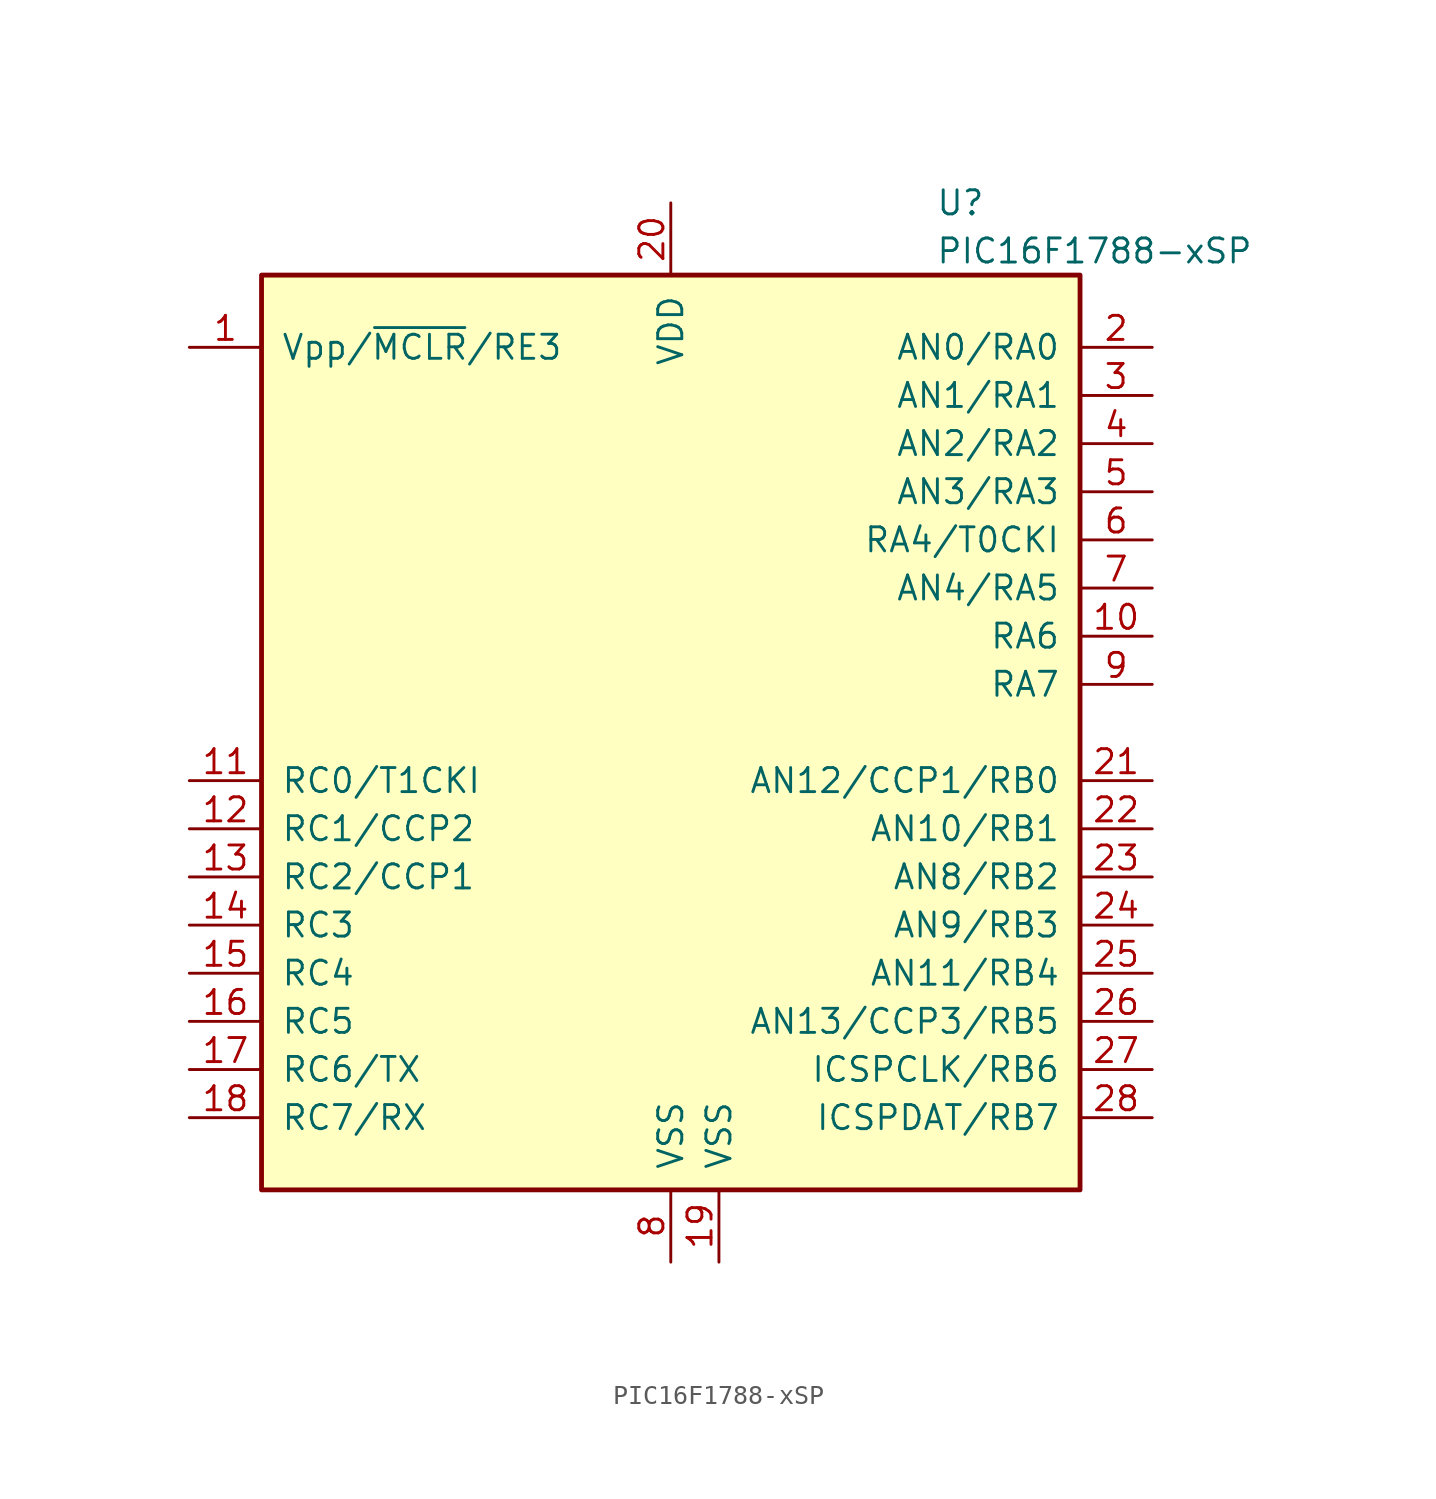
<source format=kicad_sym>
(kicad_symbol_lib
  (version 20220914)
  (generator kicad_symbol_editor)
  (symbol "PIC16F1788-xSP"
    (pin_names
      (offset 1.016))
    (property "Reference" "U"
      (at 13.97 27.94 0)
      (effects (font (size 1.27 1.27)) (justify left)))
    (property "Value" "PIC16F1788-xSP"
      (at 13.97 25.4 0)
      (effects (font (size 1.27 1.27)) (justify left)))
    (symbol "PIC16F1788-xSP_0_1"
      (rectangle (start -21.59 24.13) (end 21.59 -24.13) (stroke (width 0.254) (type default)) (fill (type background))))
    (symbol "PIC16F1788-xSP_1_1"
      (pin bidirectional line (at -25.4 20.32 0) (length 3.81) (name "Vpp/~{MCLR}/RE3" (effects (font (size 1.27 1.27)))) (number "1" (effects (font (size 1.27 1.27)))))
      (pin bidirectional line (at 25.4 5.08 180) (length 3.81) (name "RA6" (effects (font (size 1.27 1.27)))) (number "10" (effects (font (size 1.27 1.27)))))
      (pin bidirectional line (at -25.4 -2.54 0) (length 3.81) (name "RC0/T1CKI" (effects (font (size 1.27 1.27)))) (number "11" (effects (font (size 1.27 1.27)))))
      (pin bidirectional line (at -25.4 -5.08 0) (length 3.81) (name "RC1/CCP2" (effects (font (size 1.27 1.27)))) (number "12" (effects (font (size 1.27 1.27)))))
      (pin bidirectional line (at -25.4 -7.62 0) (length 3.81) (name "RC2/CCP1" (effects (font (size 1.27 1.27)))) (number "13" (effects (font (size 1.27 1.27)))))
      (pin bidirectional line (at -25.4 -10.16 0) (length 3.81) (name "RC3" (effects (font (size 1.27 1.27)))) (number "14" (effects (font (size 1.27 1.27)))))
      (pin bidirectional line (at -25.4 -12.7 0) (length 3.81) (name "RC4" (effects (font (size 1.27 1.27)))) (number "15" (effects (font (size 1.27 1.27)))))
      (pin bidirectional line (at -25.4 -15.24 0) (length 3.81) (name "RC5" (effects (font (size 1.27 1.27)))) (number "16" (effects (font (size 1.27 1.27)))))
      (pin bidirectional line (at -25.4 -17.78 0) (length 3.81) (name "RC6/TX" (effects (font (size 1.27 1.27)))) (number "17" (effects (font (size 1.27 1.27)))))
      (pin bidirectional line (at -25.4 -20.32 0) (length 3.81) (name "RC7/RX" (effects (font (size 1.27 1.27)))) (number "18" (effects (font (size 1.27 1.27)))))
      (pin power_in line (at 2.54 -27.94 90) (length 3.81) (name "VSS" (effects (font (size 1.27 1.27)))) (number "19" (effects (font (size 1.27 1.27)))))
      (pin bidirectional line (at 25.4 20.32 180) (length 3.81) (name "AN0/RA0" (effects (font (size 1.27 1.27)))) (number "2" (effects (font (size 1.27 1.27)))))
      (pin power_in line (at 0 27.94 270) (length 3.81) (name "VDD" (effects (font (size 1.27 1.27)))) (number "20" (effects (font (size 1.27 1.27)))))
      (pin bidirectional line (at 25.4 -2.54 180) (length 3.81) (name "AN12/CCP1/RB0" (effects (font (size 1.27 1.27)))) (number "21" (effects (font (size 1.27 1.27)))))
      (pin bidirectional line (at 25.4 -5.08 180) (length 3.81) (name "AN10/RB1" (effects (font (size 1.27 1.27)))) (number "22" (effects (font (size 1.27 1.27)))))
      (pin bidirectional line (at 25.4 -7.62 180) (length 3.81) (name "AN8/RB2" (effects (font (size 1.27 1.27)))) (number "23" (effects (font (size 1.27 1.27)))))
      (pin bidirectional line (at 25.4 -10.16 180) (length 3.81) (name "AN9/RB3" (effects (font (size 1.27 1.27)))) (number "24" (effects (font (size 1.27 1.27)))))
      (pin bidirectional line (at 25.4 -12.7 180) (length 3.81) (name "AN11/RB4" (effects (font (size 1.27 1.27)))) (number "25" (effects (font (size 1.27 1.27)))))
      (pin bidirectional line (at 25.4 -15.24 180) (length 3.81) (name "AN13/CCP3/RB5" (effects (font (size 1.27 1.27)))) (number "26" (effects (font (size 1.27 1.27)))))
      (pin bidirectional line (at 25.4 -17.78 180) (length 3.81) (name "ICSPCLK/RB6" (effects (font (size 1.27 1.27)))) (number "27" (effects (font (size 1.27 1.27)))))
      (pin bidirectional line (at 25.4 -20.32 180) (length 3.81) (name "ICSPDAT/RB7" (effects (font (size 1.27 1.27)))) (number "28" (effects (font (size 1.27 1.27)))))
      (pin bidirectional line (at 25.4 17.78 180) (length 3.81) (name "AN1/RA1" (effects (font (size 1.27 1.27)))) (number "3" (effects (font (size 1.27 1.27)))))
      (pin bidirectional line (at 25.4 15.24 180) (length 3.81) (name "AN2/RA2" (effects (font (size 1.27 1.27)))) (number "4" (effects (font (size 1.27 1.27)))))
      (pin bidirectional line (at 25.4 12.7 180) (length 3.81) (name "AN3/RA3" (effects (font (size 1.27 1.27)))) (number "5" (effects (font (size 1.27 1.27)))))
      (pin bidirectional line (at 25.4 10.16 180) (length 3.81) (name "RA4/T0CKI" (effects (font (size 1.27 1.27)))) (number "6" (effects (font (size 1.27 1.27)))))
      (pin bidirectional line (at 25.4 7.62 180) (length 3.81) (name "AN4/RA5" (effects (font (size 1.27 1.27)))) (number "7" (effects (font (size 1.27 1.27)))))
      (pin power_in line (at 0 -27.94 90) (length 3.81) (name "VSS" (effects (font (size 1.27 1.27)))) (number "8" (effects (font (size 1.27 1.27)))))
      (pin input line (at 25.4 2.54 180) (length 3.81) (name "RA7" (effects (font (size 1.27 1.27)))) (number "9" (effects (font (size 1.27 1.27))))))))
</source>
